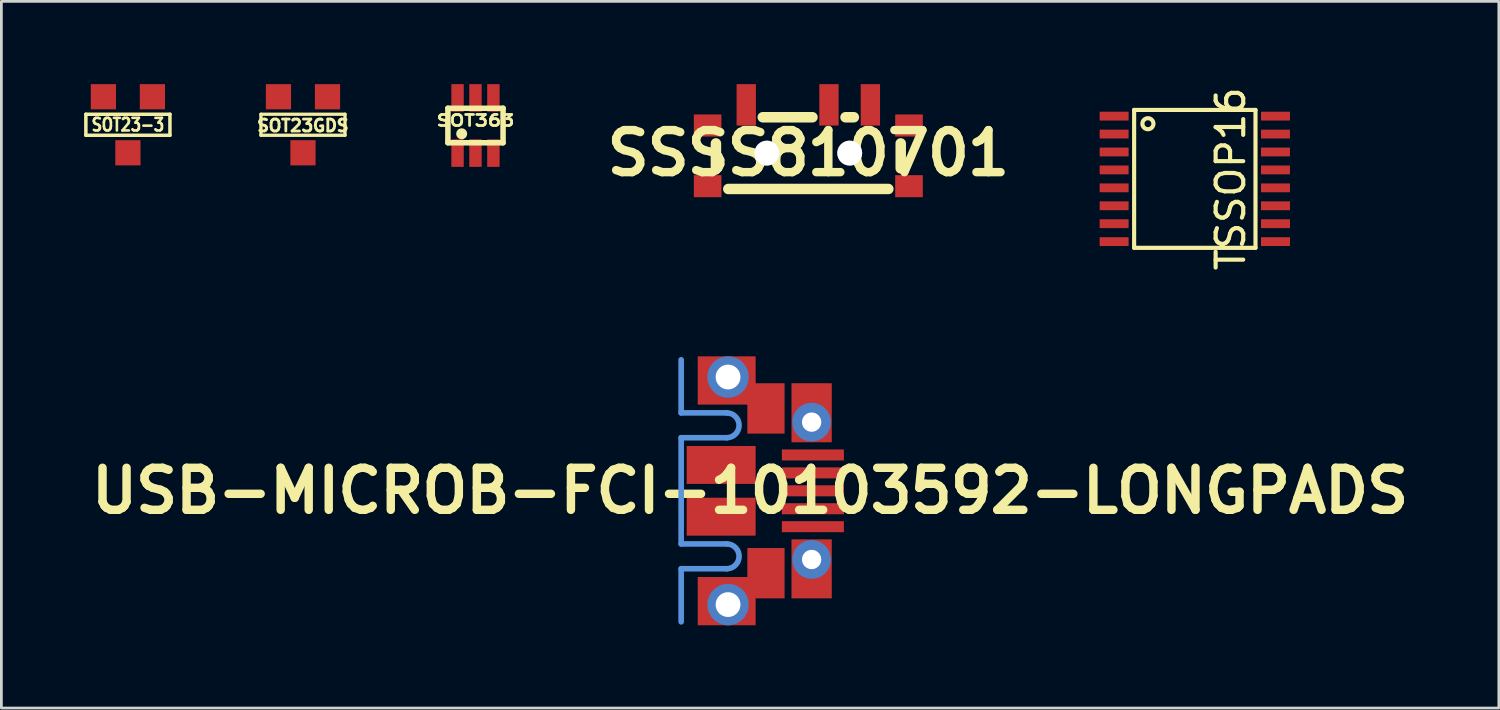
<source format=kicad_pcb>
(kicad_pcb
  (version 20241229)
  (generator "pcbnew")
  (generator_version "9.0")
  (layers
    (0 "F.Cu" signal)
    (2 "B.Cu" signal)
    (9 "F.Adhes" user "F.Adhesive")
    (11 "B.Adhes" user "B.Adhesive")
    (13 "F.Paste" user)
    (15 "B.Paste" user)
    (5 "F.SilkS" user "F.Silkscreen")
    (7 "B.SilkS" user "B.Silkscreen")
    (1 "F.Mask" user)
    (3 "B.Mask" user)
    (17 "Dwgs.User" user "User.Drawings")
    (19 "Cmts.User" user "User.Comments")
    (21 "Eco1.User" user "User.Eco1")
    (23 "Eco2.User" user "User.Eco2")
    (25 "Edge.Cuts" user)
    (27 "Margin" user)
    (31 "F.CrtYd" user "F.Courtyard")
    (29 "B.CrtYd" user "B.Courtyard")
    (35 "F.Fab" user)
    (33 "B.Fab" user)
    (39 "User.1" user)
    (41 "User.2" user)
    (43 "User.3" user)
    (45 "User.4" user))
  (footprint "SOT23GDS"
    (layer "F.Cu")
    (at 7.934 1.473)
    (property "Reference" "SOT23GDS" (at -0.004 0.031 0) (layer "F.SilkS") (effects (font (size 0.432 0.432) (thickness 0.102))))
    (attr smd)
    (fp_line (start -1.524 -0.381) (end 1.524 -0.381) (stroke (width 0.119) (type solid)) (layer "F.SilkS"))
    (fp_line (start -1.524 0.381) (end -1.524 -0.381) (stroke (width 0.119) (type solid)) (layer "F.SilkS"))
    (fp_line (start 1.524 -0.381) (end 1.524 0.381) (stroke (width 0.119) (type solid)) (layer "F.SilkS"))
    (fp_line (start 1.524 0.381) (end -1.524 0.381) (stroke (width 0.119) (type solid)) (layer "F.SilkS"))
    (pad "D" smd rect (at 0 1.016) (size 0.914 0.914) (layers "F.Cu" "F.Mask" "F.Paste"))
    (pad "G" smd rect (at 0.889 -1.016) (size 0.914 0.914) (layers "F.Cu" "F.Mask" "F.Paste"))
    (pad "S" smd rect (at -0.889 -1.016) (size 0.914 0.914) (layers "F.Cu" "F.Mask" "F.Paste")))
  (footprint "USB-MICROB-FCI-10103592-LONGPADS"
    (layer "F.Cu")
    (at 21.645 14.744)
    (property "Reference" "USB-MICROB-FCI-10103592-LONGPADS" (at 2.499 0 0) (layer "F.SilkS") (effects (font (size 1.524 1.524) (thickness 0.305))))
    (attr through_hole)
    (fp_line (start 0 -2.825) (end 0 -4.75) (stroke (width 0.203) (type solid)) (layer "Cmts.User"))
    (fp_line (start 0 -2.825) (end 1.65 -2.825) (stroke (width 0.203) (type solid)) (layer "Cmts.User"))
    (fp_line (start 0 -1.925) (end 0 1.925) (stroke (width 0.203) (type solid)) (layer "Cmts.User"))
    (fp_line (start 0 -1.925) (end 1.65 -1.925) (stroke (width 0.203) (type solid)) (layer "Cmts.User"))
    (fp_line (start 0 1.925) (end 1.65 1.925) (stroke (width 0.203) (type solid)) (layer "Cmts.User"))
    (fp_line (start 0 2.825) (end 0 4.75) (stroke (width 0.203) (type solid)) (layer "Cmts.User"))
    (fp_line (start 0 2.825) (end 1.65 2.825) (stroke (width 0.203) (type solid)) (layer "Cmts.User"))
    (fp_arc (start 1.65 -2.825) (mid 2.1 -2.375) (end 1.65 -1.925) (stroke (width 0.2032) (type solid)) (layer "Cmts.User"))
    (fp_arc (start 1.65 1.925) (mid 2.1 2.375) (end 1.65 2.825) (stroke (width 0.2032) (type solid)) (layer "Cmts.User"))
    (pad "0" smd rect (at 1.45 -0.938) (size 2.5 1.375) (layers "F.Cu" "F.Mask" "F.Paste"))
    (pad "0" smd rect (at 1.45 0.938) (size 2.5 1.375) (layers "F.Cu" "F.Mask" "F.Paste"))
    (pad "0" smd rect (at 1.65 -4) (size 2.1 1.75) (layers "F.Cu" "F.Mask" "F.Paste"))
    (pad "0" smd rect (at 1.65 4) (size 2.1 1.75) (layers "F.Cu" "F.Mask" "F.Paste"))
    (pad "0" thru_hole circle (at 1.7 -4.125) (size 1.5 1.5) (drill 0.9) (layers "*.Cu" "*.Mask"))
    (pad "0" thru_hole circle (at 1.7 4.125) (size 1.5 1.5) (drill 0.9) (layers "*.Cu" "*.Mask"))
    (pad "0" smd rect (at 3.075 -2.987) (size 1.35 1.825) (layers "F.Cu" "F.Mask"))
    (pad "0" smd rect (at 3.075 2.987) (size 1.35 1.825) (layers "F.Cu" "F.Mask"))
    (pad "0" smd rect (at 4.73 -2.83) (size 1.46 2.14) (layers "F.Cu" "F.Mask" "F.Paste"))
    (pad "0" thru_hole circle (at 4.73 -2.49) (size 1.4 1.4) (drill 0.7) (layers "*.Cu" "*.Mask"))
    (pad "0" thru_hole circle (at 4.73 2.49) (size 1.4 1.4) (drill 0.7) (layers "*.Cu" "*.Mask"))
    (pad "0" smd rect (at 4.73 2.83) (size 1.46 2.14) (layers "F.Cu" "F.Mask" "F.Paste"))
    (pad "1" smd rect (at 4.775 1.3) (size 2.25 0.4) (layers "F.Cu" "F.Mask" "F.Paste"))
    (pad "2" smd rect (at 4.775 0.65) (size 2.25 0.4) (layers "F.Cu" "F.Mask" "F.Paste"))
    (pad "3" smd rect (at 4.775 0) (size 2.25 0.4) (layers "F.Cu" "F.Mask" "F.Paste"))
    (pad "4" smd rect (at 4.775 -0.65) (size 2.25 0.4) (layers "F.Cu" "F.Mask" "F.Paste"))
    (pad "5" smd rect (at 4.775 -1.3) (size 2.25 0.4) (layers "F.Cu" "F.Mask" "F.Paste")))
  (footprint "SOT23-3"
    (layer "F.Cu")
    (at 1.587 1.473)
    (property "Reference" "SOT23-3" (at 0 0 0) (layer "F.SilkS") (effects (font (size 0.457 0.381) (thickness 0.095))))
    (attr smd)
    (fp_line (start -1.524 -0.381) (end 1.524 -0.381) (stroke (width 0.127) (type solid)) (layer "F.SilkS"))
    (fp_line (start -1.524 0.381) (end -1.524 -0.381) (stroke (width 0.127) (type solid)) (layer "F.SilkS"))
    (fp_line (start 1.524 -0.381) (end 1.524 0.381) (stroke (width 0.127) (type solid)) (layer "F.SilkS"))
    (fp_line (start 1.524 0.381) (end -1.524 0.381) (stroke (width 0.127) (type solid)) (layer "F.SilkS"))
    (pad "1" smd rect (at 0.889 -1.016) (size 0.914 0.914) (layers "F.Cu" "F.Mask" "F.Paste"))
    (pad "2" smd rect (at -0.889 -1.016) (size 0.914 0.914) (layers "F.Cu" "F.Mask" "F.Paste"))
    (pad "3" smd rect (at 0 1.016) (size 0.914 0.914) (layers "F.Cu" "F.Mask" "F.Paste")))
  (footprint "TSSOP16"
    (layer "F.Cu")
    (at 40.267 3.435)
    (property "Reference" "TSSOP16" (at 1.3 0 90) (layer "F.SilkS") (effects (font (size 1 1) (thickness 0.15))))
    (attr through_hole)
    (fp_line (start -2.2 -2.5) (end 2.2 -2.5) (stroke (width 0.15) (type solid)) (layer "F.SilkS"))
    (fp_line (start -2.2 2.5) (end -2.2 -2.5) (stroke (width 0.15) (type solid)) (layer "F.SilkS"))
    (fp_line (start 2.2 -2.5) (end 2.2 2.5) (stroke (width 0.15) (type solid)) (layer "F.SilkS"))
    (fp_line (start 2.2 2.5) (end -2.2 2.5) (stroke (width 0.15) (type solid)) (layer "F.SilkS"))
    (fp_circle (center -1.7 -2) (end -1.7 -2.2) (stroke (width 0.15) (type solid)) (fill no) (layer "F.SilkS"))
    (pad "1" smd rect (at -2.925 -2.275) (size 1.05 0.32) (layers "F.Cu" "F.Mask" "F.Paste"))
    (pad "2" smd rect (at -2.925 -1.625) (size 1.05 0.32) (layers "F.Cu" "F.Mask" "F.Paste"))
    (pad "3" smd rect (at -2.925 -0.975) (size 1.05 0.32) (layers "F.Cu" "F.Mask" "F.Paste"))
    (pad "4" smd rect (at -2.925 -0.325) (size 1.05 0.32) (layers "F.Cu" "F.Mask" "F.Paste"))
    (pad "5" smd rect (at -2.925 0.325) (size 1.05 0.32) (layers "F.Cu" "F.Mask" "F.Paste"))
    (pad "6" smd rect (at -2.925 0.975) (size 1.05 0.32) (layers "F.Cu" "F.Mask" "F.Paste"))
    (pad "7" smd rect (at -2.925 1.625) (size 1.05 0.32) (layers "F.Cu" "F.Mask" "F.Paste"))
    (pad "8" smd rect (at -2.925 2.275) (size 1.05 0.32) (layers "F.Cu" "F.Mask" "F.Paste"))
    (pad "9" smd rect (at 2.925 2.275) (size 1.05 0.32) (layers "F.Cu" "F.Mask" "F.Paste"))
    (pad "10" smd rect (at 2.925 1.625) (size 1.05 0.32) (layers "F.Cu" "F.Mask" "F.Paste"))
    (pad "11" smd rect (at 2.925 0.975) (size 1.05 0.32) (layers "F.Cu" "F.Mask" "F.Paste"))
    (pad "12" smd rect (at 2.925 0.325) (size 1.05 0.32) (layers "F.Cu" "F.Mask" "F.Paste"))
    (pad "13" smd rect (at 2.925 -0.325) (size 1.05 0.32) (layers "F.Cu" "F.Mask" "F.Paste"))
    (pad "14" smd rect (at 2.925 -0.975) (size 1.05 0.32) (layers "F.Cu" "F.Mask" "F.Paste"))
    (pad "15" smd rect (at 2.925 -1.625) (size 1.05 0.32) (layers "F.Cu" "F.Mask" "F.Paste"))
    (pad "16" smd rect (at 2.925 -2.275) (size 1.05 0.32) (layers "F.Cu" "F.Mask" "F.Paste")))
  (footprint "SSSS810701"
    (layer "F.Cu")
    (at 26.255 2.501)
    (property "Reference" "SSSS810701" (at 0 0 0) (layer "F.SilkS") (effects (font (size 1.524 1.524) (thickness 0.305))))
    (attr through_hole)
    (fp_line (start -3.35 -0.351) (end -3.35 0.551) (stroke (width 0.381) (type solid)) (layer "F.SilkS"))
    (fp_line (start -2.901 1.3) (end 2.901 1.3) (stroke (width 0.381) (type solid)) (layer "F.SilkS"))
    (fp_line (start -1.651 -1.3) (end 0.15 -1.3) (stroke (width 0.381) (type solid)) (layer "F.SilkS"))
    (fp_line (start 1.349 -1.3) (end 1.651 -1.3) (stroke (width 0.381) (type solid)) (layer "F.SilkS"))
    (fp_line (start 3.35 -0.351) (end 3.35 0.551) (stroke (width 0.381) (type solid)) (layer "F.SilkS"))
    (pad "" thru_hole circle (at -1.501 0) (size 0.902 0.902) (drill 0.902) (layers "*.Cu" "*.Mask"))
    (pad "" thru_hole circle (at 1.501 0) (size 0.902 0.902) (drill 0.902) (layers "*.Cu" "*.Mask"))
    (pad "0" smd rect (at -3.65 -1.001) (size 1.001 0.8) (layers "F.Cu" "F.Mask" "F.Paste"))
    (pad "0" smd rect (at -3.65 1.199) (size 1.001 0.8) (layers "F.Cu" "F.Mask" "F.Paste"))
    (pad "0" smd rect (at 3.65 -1.001) (size 1.001 0.8) (layers "F.Cu" "F.Mask" "F.Paste"))
    (pad "0" smd rect (at 3.65 1.199) (size 1.001 0.8) (layers "F.Cu" "F.Mask" "F.Paste"))
    (pad "1" smd rect (at -2.25 -1.75) (size 0.701 1.501) (layers "F.Cu" "F.Mask" "F.Paste"))
    (pad "2" smd rect (at 0.749 -1.75) (size 0.701 1.501) (layers "F.Cu" "F.Mask" "F.Paste"))
    (pad "3" smd rect (at 2.25 -1.75) (size 0.701 1.501) (layers "F.Cu" "F.Mask" "F.Paste")))
  (footprint "SOT363"
    (layer "F.Cu")
    (at 14.188 1.5)
    (property "Reference" "SOT363" (at 0 -0.18 0) (layer "F.SilkS") (effects (font (size 0.4 0.5) (thickness 0.12))))
    (attr through_hole)
    (fp_line (start -1 -0.625) (end 1 -0.625) (stroke (width 0.2) (type solid)) (layer "F.SilkS"))
    (fp_line (start -1 0.625) (end -1 -0.625) (stroke (width 0.2) (type solid)) (layer "F.SilkS"))
    (fp_line (start 1 -0.625) (end 1 0.625) (stroke (width 0.2) (type solid)) (layer "F.SilkS"))
    (fp_line (start 1 0.625) (end -1 0.625) (stroke (width 0.2) (type solid)) (layer "F.SilkS"))
    (fp_circle (center -0.5 0.3) (end -0.4 0.3) (stroke (width 0.2) (type solid)) (fill no) (layer "F.SilkS"))
    (pad "1" smd rect (at -0.65 1) (size 0.45 1) (layers "F.Cu" "F.Mask" "F.Paste"))
    (pad "2" smd rect (at 0 1) (size 0.45 1) (layers "F.Cu" "F.Mask" "F.Paste"))
    (pad "3" smd rect (at 0.65 1) (size 0.45 1) (layers "F.Cu" "F.Mask" "F.Paste"))
    (pad "4" smd rect (at 0.65 -1) (size 0.45 1) (layers "F.Cu" "F.Mask" "F.Paste"))
    (pad "5" smd rect (at 0 -1) (size 0.45 1) (layers "F.Cu" "F.Mask" "F.Paste"))
    (pad "6" smd rect (at -0.65 -1) (size 0.45 1) (layers "F.Cu" "F.Mask" "F.Paste")))
  (gr_rect
    (start -3 -3)
    (end 51.289 22.619)
    (stroke (width 0.1) (type default))
    (fill no)
    (layer "Edge.Cuts")))
</source>
